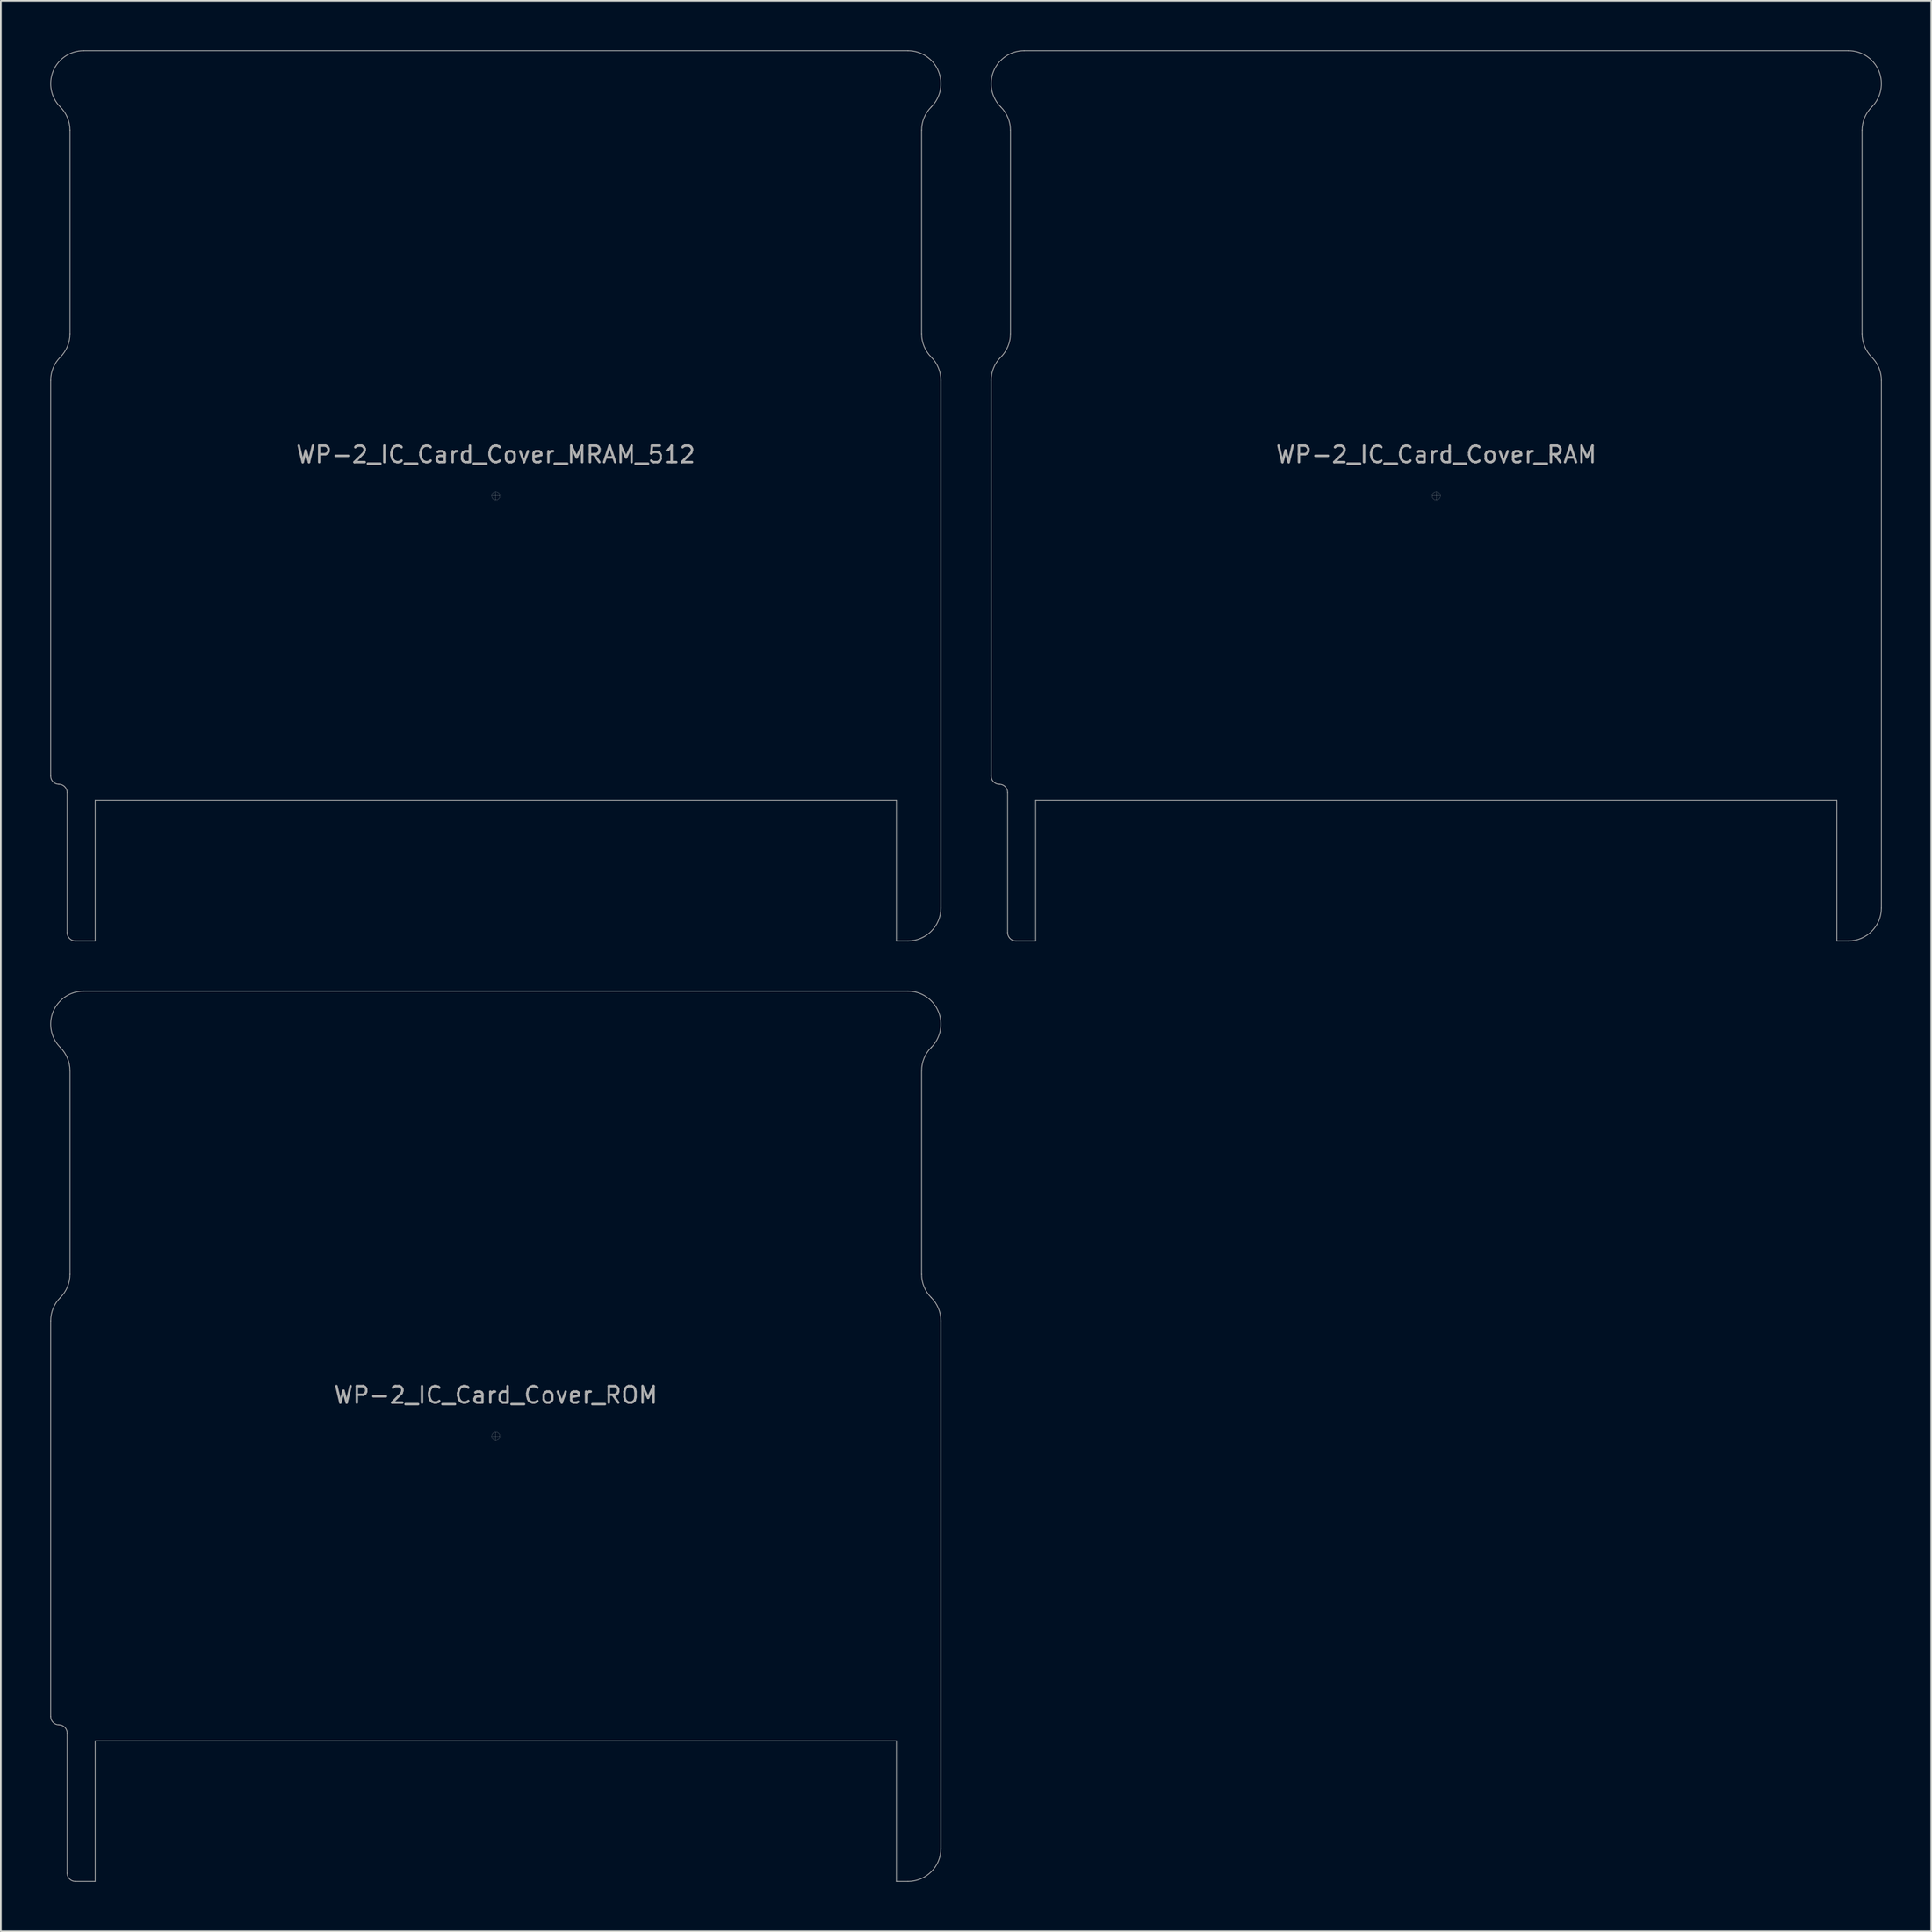
<source format=kicad_pcb>
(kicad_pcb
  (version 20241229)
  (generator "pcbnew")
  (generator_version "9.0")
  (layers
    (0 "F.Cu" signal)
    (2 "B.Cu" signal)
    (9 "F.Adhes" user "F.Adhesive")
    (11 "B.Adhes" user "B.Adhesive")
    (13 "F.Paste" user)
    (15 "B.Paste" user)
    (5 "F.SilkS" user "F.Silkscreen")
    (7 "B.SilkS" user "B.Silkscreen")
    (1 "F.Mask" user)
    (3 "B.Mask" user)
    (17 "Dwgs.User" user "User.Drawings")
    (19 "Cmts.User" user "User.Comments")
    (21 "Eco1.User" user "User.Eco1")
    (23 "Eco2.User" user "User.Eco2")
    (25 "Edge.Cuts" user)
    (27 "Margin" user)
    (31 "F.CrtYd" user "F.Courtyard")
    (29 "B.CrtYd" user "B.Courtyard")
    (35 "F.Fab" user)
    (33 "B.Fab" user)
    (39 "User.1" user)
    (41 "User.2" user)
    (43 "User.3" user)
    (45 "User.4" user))
  (footprint "WP-2_IC_Card_Cover_MRAM_512"
    (layer "F.Cu")
    (at 27.025 27.025)
    (property "Reference" "WP-2_IC_Card_Cover_MRAM_512" (at 0 -2.5 0) (unlocked yes) (layer "F.Fab") (effects (font (size 1 1) (thickness 0.15))))
    (attr exclude_from_pos_files exclude_from_bom allow_missing_courtyard)
    (fp_line (start -27 17) (end -27 -7) (stroke (width 0.05) (type solid)) (layer "F.Fab"))
    (fp_line (start -26 26.5) (end -26 18) (stroke (width 0.05) (type solid)) (layer "F.Fab"))
    (fp_line (start -25.828 -22.172) (end -25.828 -9.828) (stroke (width 0.05) (type solid)) (layer "F.Fab"))
    (fp_line (start -25 -27) (end 25 -27) (stroke (width 0.05) (type solid)) (layer "F.Fab"))
    (fp_line (start -24.3 18.475) (end -24.3 27) (stroke (width 0.05) (type solid)) (layer "F.Fab"))
    (fp_line (start -24.3 27) (end -25.5 27) (stroke (width 0.05) (type solid)) (layer "F.Fab"))
    (fp_line (start -0.25 0) (end 0.25 0) (stroke (width 0.01) (type default)) (layer "F.Fab"))
    (fp_line (start 0 -0.25) (end 0 0.25) (stroke (width 0.01) (type default)) (layer "F.Fab"))
    (fp_line (start 24.3 18.475) (end -24.3 18.475) (stroke (width 0.05) (type solid)) (layer "F.Fab"))
    (fp_line (start 24.3 27) (end 24.3 18.475) (stroke (width 0.05) (type solid)) (layer "F.Fab"))
    (fp_line (start 25 27) (end 24.3 27) (stroke (width 0.05) (type solid)) (layer "F.Fab"))
    (fp_line (start 25.828 -9.828) (end 25.828 -22.172) (stroke (width 0.05) (type solid)) (layer "F.Fab"))
    (fp_line (start 27 -7) (end 27 25) (stroke (width 0.05) (type solid)) (layer "F.Fab"))
    (fp_arc (start -27 -7) (mid -26.847759 -7.765367) (end -26.414214 -8.414214) (stroke (width 0.05) (type solid)) (layer "F.Fab"))
    (fp_arc (start -26.5 17.5) (mid -26.853553 17.353553) (end -27 17) (stroke (width 0.05) (type solid)) (layer "F.Fab"))
    (fp_arc (start -26.5 17.5) (mid -26.146447 17.646447) (end -26 18) (stroke (width 0.05) (type solid)) (layer "F.Fab"))
    (fp_arc (start -26.414214 -23.585786) (mid -25.980671 -22.936938) (end -25.828427 -22.171572) (stroke (width 0.05) (type solid)) (layer "F.Fab"))
    (fp_arc (start -26.414214 -23.585786) (mid -26.84776 -25.765367) (end -25 -27) (stroke (width 0.05) (type solid)) (layer "F.Fab"))
    (fp_arc (start -25.828427 -9.828428) (mid -25.98066 -9.063058) (end -26.414214 -8.414214) (stroke (width 0.05) (type solid)) (layer "F.Fab"))
    (fp_arc (start -25.5 27) (mid -25.853553 26.853553) (end -26 26.5) (stroke (width 0.05) (type solid)) (layer "F.Fab"))
    (fp_arc (start 25 -27) (mid 26.847759 -25.765367) (end 26.414213 -23.585788) (stroke (width 0.05) (type solid)) (layer "F.Fab"))
    (fp_arc (start 25.828427 -22.171574) (mid 25.980667 -22.936939) (end 26.414213 -23.585788) (stroke (width 0.05) (type solid)) (layer "F.Fab"))
    (fp_arc (start 26.414214 -8.414214) (mid 25.98065 -9.063055) (end 25.828427 -9.828428) (stroke (width 0.05) (type solid)) (layer "F.Fab"))
    (fp_arc (start 26.414214 -8.414214) (mid 26.84776 -7.765367) (end 27 -7) (stroke (width 0.05) (type solid)) (layer "F.Fab"))
    (fp_arc (start 27 25) (mid 26.414214 26.414214) (end 25 27) (stroke (width 0.05) (type solid)) (layer "F.Fab"))
    (fp_circle (center 0 0) (end 0.25 0) (stroke (width 0.01) (type default)) (fill no) (layer "F.Fab")))
  (footprint "WP-2_IC_Card_Cover_RAM"
    (layer "F.Cu")
    (at 84.075 27.025)
    (property "Reference" "WP-2_IC_Card_Cover_RAM" (at 0 -2.5 0) (unlocked yes) (layer "F.Fab") (effects (font (size 1 1) (thickness 0.15))))
    (attr board_only exclude_from_pos_files exclude_from_bom)
    (fp_line (start -27 17) (end -27 -7) (stroke (width 0.05) (type solid)) (layer "F.Fab"))
    (fp_line (start -26 26.5) (end -26 18) (stroke (width 0.05) (type solid)) (layer "F.Fab"))
    (fp_line (start -25.828 -22.172) (end -25.828 -9.828) (stroke (width 0.05) (type solid)) (layer "F.Fab"))
    (fp_line (start -25 -27) (end 25 -27) (stroke (width 0.05) (type solid)) (layer "F.Fab"))
    (fp_line (start -24.3 18.475) (end -24.3 27) (stroke (width 0.05) (type solid)) (layer "F.Fab"))
    (fp_line (start -24.3 27) (end -25.5 27) (stroke (width 0.05) (type solid)) (layer "F.Fab"))
    (fp_line (start -0.25 0) (end 0.25 0) (stroke (width 0.01) (type default)) (layer "F.Fab"))
    (fp_line (start 0 -0.25) (end 0 0.25) (stroke (width 0.01) (type default)) (layer "F.Fab"))
    (fp_line (start 24.3 18.475) (end -24.3 18.475) (stroke (width 0.05) (type solid)) (layer "F.Fab"))
    (fp_line (start 24.3 27) (end 24.3 18.475) (stroke (width 0.05) (type solid)) (layer "F.Fab"))
    (fp_line (start 25 27) (end 24.3 27) (stroke (width 0.05) (type solid)) (layer "F.Fab"))
    (fp_line (start 25.828 -9.828) (end 25.828 -22.172) (stroke (width 0.05) (type solid)) (layer "F.Fab"))
    (fp_line (start 27 -7) (end 27 25) (stroke (width 0.05) (type solid)) (layer "F.Fab"))
    (fp_arc (start -27 -7) (mid -26.847759 -7.765367) (end -26.414214 -8.414214) (stroke (width 0.05) (type solid)) (layer "F.Fab"))
    (fp_arc (start -26.5 17.5) (mid -26.853553 17.353553) (end -27 17) (stroke (width 0.05) (type solid)) (layer "F.Fab"))
    (fp_arc (start -26.5 17.5) (mid -26.146447 17.646447) (end -26 18) (stroke (width 0.05) (type solid)) (layer "F.Fab"))
    (fp_arc (start -26.414214 -23.585786) (mid -25.980671 -22.936938) (end -25.828427 -22.171572) (stroke (width 0.05) (type solid)) (layer "F.Fab"))
    (fp_arc (start -26.414214 -23.585786) (mid -26.84776 -25.765367) (end -25 -27) (stroke (width 0.05) (type solid)) (layer "F.Fab"))
    (fp_arc (start -25.828427 -9.828428) (mid -25.98066 -9.063058) (end -26.414214 -8.414214) (stroke (width 0.05) (type solid)) (layer "F.Fab"))
    (fp_arc (start -25.5 27) (mid -25.853553 26.853553) (end -26 26.5) (stroke (width 0.05) (type solid)) (layer "F.Fab"))
    (fp_arc (start 25 -27) (mid 26.847759 -25.765367) (end 26.414213 -23.585788) (stroke (width 0.05) (type solid)) (layer "F.Fab"))
    (fp_arc (start 25.828427 -22.171574) (mid 25.980667 -22.936939) (end 26.414213 -23.585788) (stroke (width 0.05) (type solid)) (layer "F.Fab"))
    (fp_arc (start 26.414214 -8.414214) (mid 25.98065 -9.063055) (end 25.828427 -9.828428) (stroke (width 0.05) (type solid)) (layer "F.Fab"))
    (fp_arc (start 26.414214 -8.414214) (mid 26.84776 -7.765367) (end 27 -7) (stroke (width 0.05) (type solid)) (layer "F.Fab"))
    (fp_arc (start 27 25) (mid 26.414214 26.414214) (end 25 27) (stroke (width 0.05) (type solid)) (layer "F.Fab"))
    (fp_circle (center 0 0) (end 0.25 0) (stroke (width 0.01) (type default)) (fill no) (layer "F.Fab")))
  (footprint "WP-2_IC_Card_Cover_ROM"
    (layer "F.Cu")
    (at 27.025 84.075)
    (property "Reference" "WP-2_IC_Card_Cover_ROM" (at 0 -2.5 0) (unlocked yes) (layer "F.Fab") (effects (font (size 1 1) (thickness 0.15))))
    (attr board_only exclude_from_pos_files exclude_from_bom)
    (fp_line (start -27 17) (end -27 -7) (stroke (width 0.05) (type solid)) (layer "F.Fab"))
    (fp_line (start -26 26.5) (end -26 18) (stroke (width 0.05) (type solid)) (layer "F.Fab"))
    (fp_line (start -25.828 -22.172) (end -25.828 -9.828) (stroke (width 0.05) (type solid)) (layer "F.Fab"))
    (fp_line (start -25 -27) (end 25 -27) (stroke (width 0.05) (type solid)) (layer "F.Fab"))
    (fp_line (start -24.3 18.475) (end -24.3 27) (stroke (width 0.05) (type solid)) (layer "F.Fab"))
    (fp_line (start -24.3 27) (end -25.5 27) (stroke (width 0.05) (type solid)) (layer "F.Fab"))
    (fp_line (start -0.25 0) (end 0.25 0) (stroke (width 0.01) (type default)) (layer "F.Fab"))
    (fp_line (start 0 -0.25) (end 0 0.25) (stroke (width 0.01) (type default)) (layer "F.Fab"))
    (fp_line (start 24.3 18.475) (end -24.3 18.475) (stroke (width 0.05) (type solid)) (layer "F.Fab"))
    (fp_line (start 24.3 27) (end 24.3 18.475) (stroke (width 0.05) (type solid)) (layer "F.Fab"))
    (fp_line (start 25 27) (end 24.3 27) (stroke (width 0.05) (type solid)) (layer "F.Fab"))
    (fp_line (start 25.828 -9.828) (end 25.828 -22.172) (stroke (width 0.05) (type solid)) (layer "F.Fab"))
    (fp_line (start 27 -7) (end 27 25) (stroke (width 0.05) (type solid)) (layer "F.Fab"))
    (fp_arc (start -27 -7) (mid -26.847759 -7.765367) (end -26.414214 -8.414214) (stroke (width 0.05) (type solid)) (layer "F.Fab"))
    (fp_arc (start -26.5 17.5) (mid -26.853553 17.353553) (end -27 17) (stroke (width 0.05) (type solid)) (layer "F.Fab"))
    (fp_arc (start -26.5 17.5) (mid -26.146447 17.646447) (end -26 18) (stroke (width 0.05) (type solid)) (layer "F.Fab"))
    (fp_arc (start -26.414214 -23.585786) (mid -25.980671 -22.936938) (end -25.828427 -22.171572) (stroke (width 0.05) (type solid)) (layer "F.Fab"))
    (fp_arc (start -26.414214 -23.585786) (mid -26.84776 -25.765367) (end -25 -27) (stroke (width 0.05) (type solid)) (layer "F.Fab"))
    (fp_arc (start -25.828427 -9.828428) (mid -25.98066 -9.063058) (end -26.414214 -8.414214) (stroke (width 0.05) (type solid)) (layer "F.Fab"))
    (fp_arc (start -25.5 27) (mid -25.853553 26.853553) (end -26 26.5) (stroke (width 0.05) (type solid)) (layer "F.Fab"))
    (fp_arc (start 25 -27) (mid 26.847759 -25.765367) (end 26.414213 -23.585788) (stroke (width 0.05) (type solid)) (layer "F.Fab"))
    (fp_arc (start 25.828427 -22.171574) (mid 25.980667 -22.936939) (end 26.414213 -23.585788) (stroke (width 0.05) (type solid)) (layer "F.Fab"))
    (fp_arc (start 26.414214 -8.414214) (mid 25.98065 -9.063055) (end 25.828427 -9.828428) (stroke (width 0.05) (type solid)) (layer "F.Fab"))
    (fp_arc (start 26.414214 -8.414214) (mid 26.84776 -7.765367) (end 27 -7) (stroke (width 0.05) (type solid)) (layer "F.Fab"))
    (fp_arc (start 27 25) (mid 26.414214 26.414214) (end 25 27) (stroke (width 0.05) (type solid)) (layer "F.Fab"))
    (fp_circle (center 0 0) (end 0.25 0) (stroke (width 0.01) (type default)) (fill no) (layer "F.Fab")))
  (gr_rect
    (start -3 -3)
    (end 114.1 114.1)
    (stroke (width 0.1) (type default))
    (fill no)
    (layer "Edge.Cuts")))
</source>
